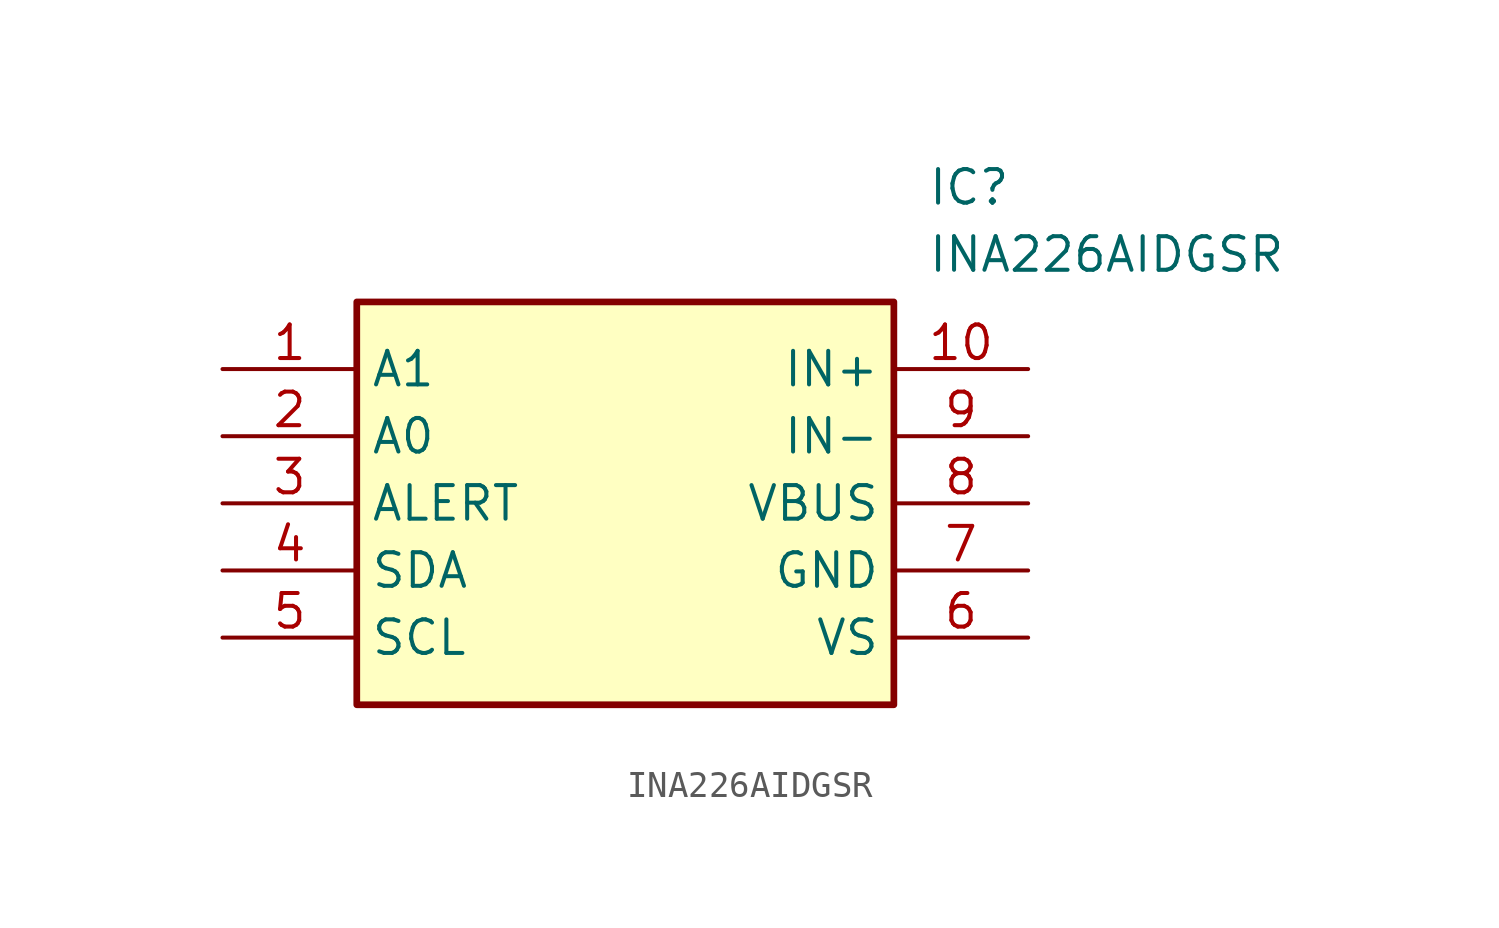
<source format=kicad_sym>
(kicad_symbol_lib
  (version 20211014)
  (generator SamacSys_ECAD_Model)
  (symbol "INA226AIDGSR"
    (property "Reference" "IC"
      (at 26.67 7.62 0)
      (effects (font (size 1.27 1.27)) (justify left top)))
    (property "Value" "INA226AIDGSR"
      (at 26.67 5.08 0)
      (effects (font (size 1.27 1.27)) (justify left top)))
    (rectangle
      (start 5.08 2.54)
      (end 25.4 -12.7)
      (stroke (width 0.254) (type default))
      (fill (type background)))
    (pin passive line
      (at 0 0 0)
      (length 5.08)
      (name "A1" (effects (font (size 1.27 1.27))))
      (number "1" (effects (font (size 1.27 1.27)))))
    (pin passive line
      (at 0 -2.54 0)
      (length 5.08)
      (name "A0" (effects (font (size 1.27 1.27))))
      (number "2" (effects (font (size 1.27 1.27)))))
    (pin passive line
      (at 0 -5.08 0)
      (length 5.08)
      (name "ALERT" (effects (font (size 1.27 1.27))))
      (number "3" (effects (font (size 1.27 1.27)))))
    (pin passive line
      (at 0 -7.62 0)
      (length 5.08)
      (name "SDA" (effects (font (size 1.27 1.27))))
      (number "4" (effects (font (size 1.27 1.27)))))
    (pin passive line
      (at 0 -10.16 0)
      (length 5.08)
      (name "SCL" (effects (font (size 1.27 1.27))))
      (number "5" (effects (font (size 1.27 1.27)))))
    (pin passive line
      (at 30.48 0 180)
      (length 5.08)
      (name "IN+" (effects (font (size 1.27 1.27))))
      (number "10" (effects (font (size 1.27 1.27)))))
    (pin passive line
      (at 30.48 -2.54 180)
      (length 5.08)
      (name "IN-" (effects (font (size 1.27 1.27))))
      (number "9" (effects (font (size 1.27 1.27)))))
    (pin passive line
      (at 30.48 -5.08 180)
      (length 5.08)
      (name "VBUS" (effects (font (size 1.27 1.27))))
      (number "8" (effects (font (size 1.27 1.27)))))
    (pin passive line
      (at 30.48 -7.62 180)
      (length 5.08)
      (name "GND" (effects (font (size 1.27 1.27))))
      (number "7" (effects (font (size 1.27 1.27)))))
    (pin passive line
      (at 30.48 -10.16 180)
      (length 5.08)
      (name "VS" (effects (font (size 1.27 1.27))))
      (number "6" (effects (font (size 1.27 1.27)))))))
</source>
